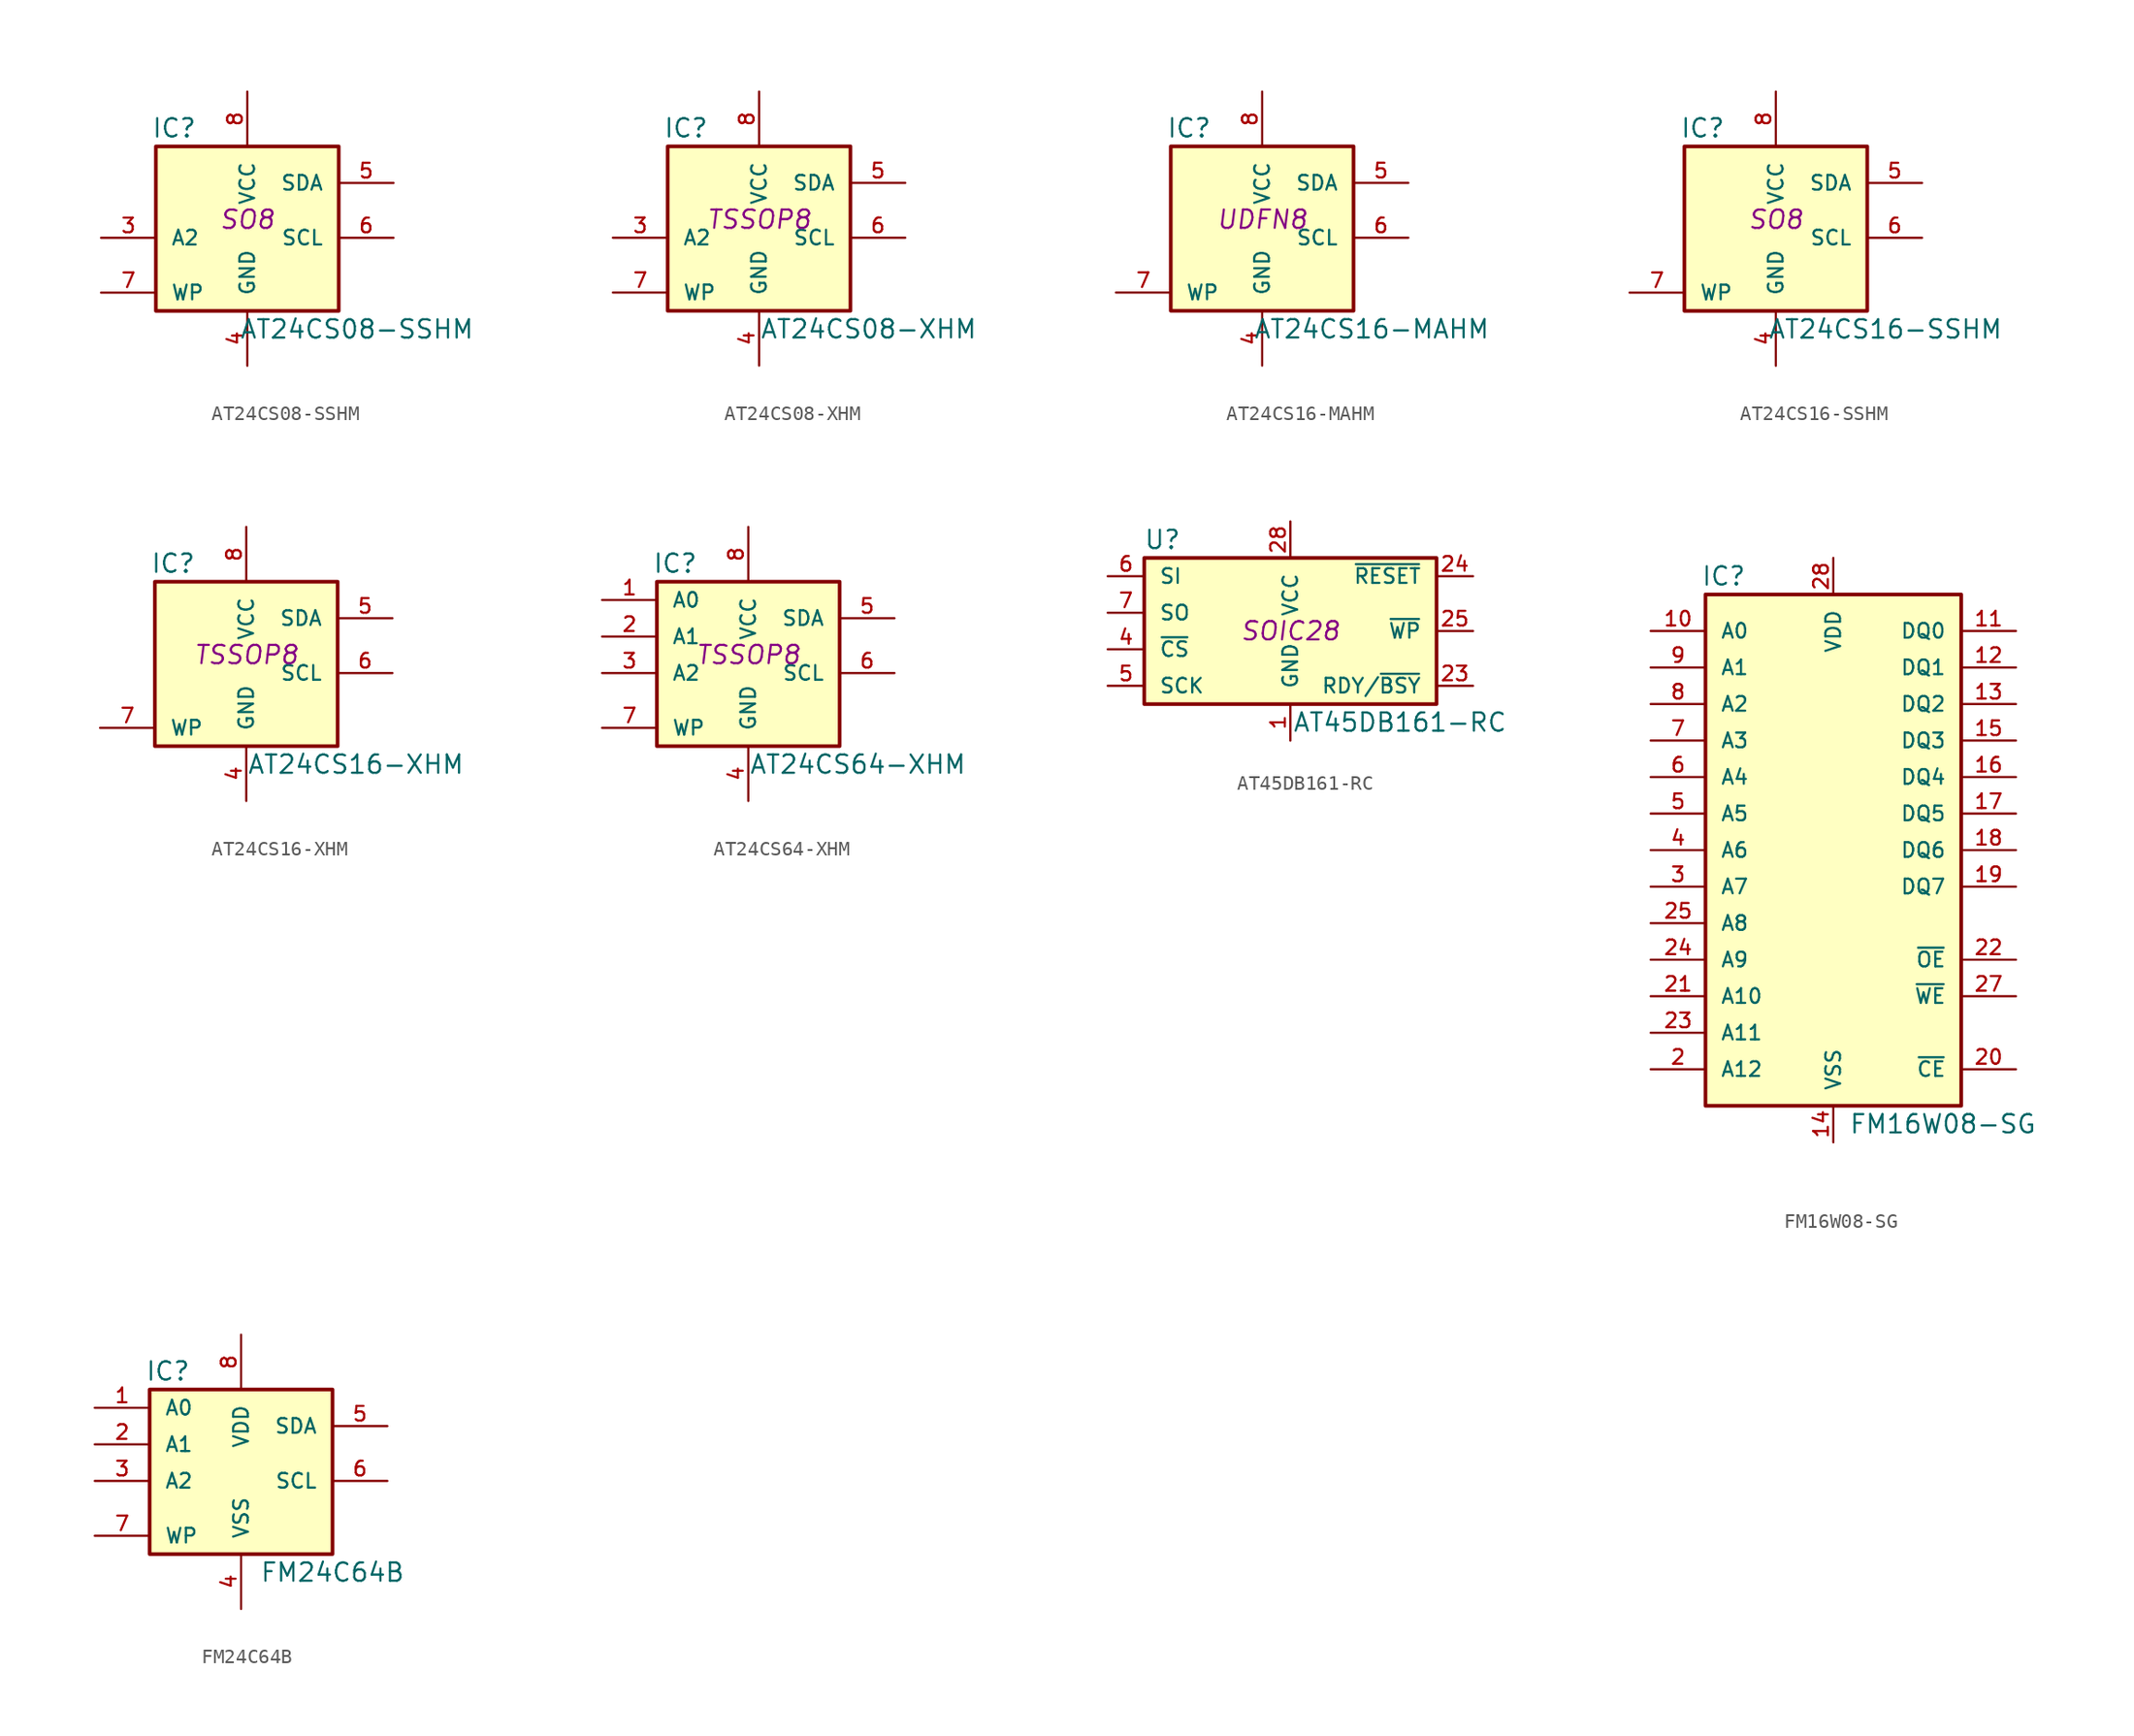
<source format=kicad_sym>
(kicad_symbol_lib
  (version 20231120)
  (generator "kicad_symbol_editor")
  (generator_version "8.0")
  (symbol "AT24CS08-SSHM"
    (pin_names
      (offset 1.016))
    (property "Reference" "IC"
      (at -5.08 6.35 0)
      (effects (font (size 1.27 1.27))))
    (property "Value" "AT24CS08-SSHM"
      (at 7.62 -7.62 0)
      (effects (font (size 1.27 1.27))))
    (property "Footprint" "SO8"
      (at 0 0 0)
      (effects (font (size 1.27 1.27) (italic yes))))
    (property "Datasheet" ""
      (at 0 0 0)
      (effects (font (size 1.27 1.27))))
    (symbol "AT24CS08-SSHM_0_1"
      (rectangle (start -6.35 5.08) (end 6.35 -6.35) (stroke (width 0.254) (type solid)) (fill (type background))))
    (symbol "AT24CS08-SSHM_1_1"
      (pin input line (at -10.16 -1.27 0) (length 3.81) (name "A2" (effects (font (size 1.016 1.016)))) (number "3" (effects (font (size 1.016 1.016)))))
      (pin power_in line (at 0 -10.16 90) (length 3.81) (name "GND" (effects (font (size 1.016 1.016)))) (number "4" (effects (font (size 1.016 1.016)))))
      (pin bidirectional line (at 10.16 2.54 180) (length 3.81) (name "SDA" (effects (font (size 1.016 1.016)))) (number "5" (effects (font (size 1.016 1.016)))))
      (pin input line (at 10.16 -1.27 180) (length 3.81) (name "SCL" (effects (font (size 1.016 1.016)))) (number "6" (effects (font (size 1.016 1.016)))))
      (pin input line (at -10.16 -5.08 0) (length 3.81) (name "WP" (effects (font (size 1.016 1.016)))) (number "7" (effects (font (size 1.016 1.016)))))
      (pin power_in line (at 0 8.89 270) (length 3.81) (name "VCC" (effects (font (size 1.016 1.016)))) (number "8" (effects (font (size 1.016 1.016)))))))
  (symbol "AT24CS08-XHM"
    (pin_names
      (offset 1.016))
    (property "Reference" "IC"
      (at -5.08 6.35 0)
      (effects (font (size 1.27 1.27))))
    (property "Value" "AT24CS08-XHM"
      (at 7.62 -7.62 0)
      (effects (font (size 1.27 1.27))))
    (property "Footprint" "TSSOP8"
      (at 0 0 0)
      (effects (font (size 1.27 1.27) (italic yes))))
    (property "Datasheet" ""
      (at 0 0 0)
      (effects (font (size 1.27 1.27))))
    (symbol "AT24CS08-XHM_0_1"
      (rectangle (start -6.35 5.08) (end 6.35 -6.35) (stroke (width 0.254) (type solid)) (fill (type background))))
    (symbol "AT24CS08-XHM_1_1"
      (pin input line (at -10.16 -1.27 0) (length 3.81) (name "A2" (effects (font (size 1.016 1.016)))) (number "3" (effects (font (size 1.016 1.016)))))
      (pin power_in line (at 0 -10.16 90) (length 3.81) (name "GND" (effects (font (size 1.016 1.016)))) (number "4" (effects (font (size 1.016 1.016)))))
      (pin bidirectional line (at 10.16 2.54 180) (length 3.81) (name "SDA" (effects (font (size 1.016 1.016)))) (number "5" (effects (font (size 1.016 1.016)))))
      (pin input line (at 10.16 -1.27 180) (length 3.81) (name "SCL" (effects (font (size 1.016 1.016)))) (number "6" (effects (font (size 1.016 1.016)))))
      (pin input line (at -10.16 -5.08 0) (length 3.81) (name "WP" (effects (font (size 1.016 1.016)))) (number "7" (effects (font (size 1.016 1.016)))))
      (pin power_in line (at 0 8.89 270) (length 3.81) (name "VCC" (effects (font (size 1.016 1.016)))) (number "8" (effects (font (size 1.016 1.016)))))))
  (symbol "AT24CS16-MAHM"
    (pin_names
      (offset 1.016))
    (property "Reference" "IC"
      (at -5.08 6.35 0)
      (effects (font (size 1.27 1.27))))
    (property "Value" "AT24CS16-MAHM"
      (at 7.62 -7.62 0)
      (effects (font (size 1.27 1.27))))
    (property "Footprint" "UDFN8"
      (at 0 0 0)
      (effects (font (size 1.27 1.27) (italic yes))))
    (property "Datasheet" ""
      (at 0 0 0)
      (effects (font (size 1.27 1.27))))
    (symbol "AT24CS16-MAHM_0_1"
      (rectangle (start -6.35 5.08) (end 6.35 -6.35) (stroke (width 0.254) (type solid)) (fill (type background))))
    (symbol "AT24CS16-MAHM_1_1"
      (pin power_in line (at 0 -10.16 90) (length 3.81) (name "GND" (effects (font (size 1.016 1.016)))) (number "4" (effects (font (size 1.016 1.016)))))
      (pin bidirectional line (at 10.16 2.54 180) (length 3.81) (name "SDA" (effects (font (size 1.016 1.016)))) (number "5" (effects (font (size 1.016 1.016)))))
      (pin input line (at 10.16 -1.27 180) (length 3.81) (name "SCL" (effects (font (size 1.016 1.016)))) (number "6" (effects (font (size 1.016 1.016)))))
      (pin input line (at -10.16 -5.08 0) (length 3.81) (name "WP" (effects (font (size 1.016 1.016)))) (number "7" (effects (font (size 1.016 1.016)))))
      (pin power_in line (at 0 8.89 270) (length 3.81) (name "VCC" (effects (font (size 1.016 1.016)))) (number "8" (effects (font (size 1.016 1.016)))))))
  (symbol "AT24CS16-SSHM"
    (pin_names
      (offset 1.016))
    (property "Reference" "IC"
      (at -5.08 6.35 0)
      (effects (font (size 1.27 1.27))))
    (property "Value" "AT24CS16-SSHM"
      (at 7.62 -7.62 0)
      (effects (font (size 1.27 1.27))))
    (property "Footprint" "SO8"
      (at 0 0 0)
      (effects (font (size 1.27 1.27) (italic yes))))
    (property "Datasheet" ""
      (at 0 0 0)
      (effects (font (size 1.27 1.27))))
    (symbol "AT24CS16-SSHM_0_1"
      (rectangle (start -6.35 5.08) (end 6.35 -6.35) (stroke (width 0.254) (type solid)) (fill (type background))))
    (symbol "AT24CS16-SSHM_1_1"
      (pin power_in line (at 0 -10.16 90) (length 3.81) (name "GND" (effects (font (size 1.016 1.016)))) (number "4" (effects (font (size 1.016 1.016)))))
      (pin bidirectional line (at 10.16 2.54 180) (length 3.81) (name "SDA" (effects (font (size 1.016 1.016)))) (number "5" (effects (font (size 1.016 1.016)))))
      (pin input line (at 10.16 -1.27 180) (length 3.81) (name "SCL" (effects (font (size 1.016 1.016)))) (number "6" (effects (font (size 1.016 1.016)))))
      (pin input line (at -10.16 -5.08 0) (length 3.81) (name "WP" (effects (font (size 1.016 1.016)))) (number "7" (effects (font (size 1.016 1.016)))))
      (pin power_in line (at 0 8.89 270) (length 3.81) (name "VCC" (effects (font (size 1.016 1.016)))) (number "8" (effects (font (size 1.016 1.016)))))))
  (symbol "AT24CS16-XHM"
    (pin_names
      (offset 1.016))
    (property "Reference" "IC"
      (at -5.08 6.35 0)
      (effects (font (size 1.27 1.27))))
    (property "Value" "AT24CS16-XHM"
      (at 7.62 -7.62 0)
      (effects (font (size 1.27 1.27))))
    (property "Footprint" "TSSOP8"
      (at 0 0 0)
      (effects (font (size 1.27 1.27) (italic yes))))
    (property "Datasheet" ""
      (at 0 0 0)
      (effects (font (size 1.27 1.27))))
    (symbol "AT24CS16-XHM_0_1"
      (rectangle (start -6.35 5.08) (end 6.35 -6.35) (stroke (width 0.254) (type solid)) (fill (type background))))
    (symbol "AT24CS16-XHM_1_1"
      (pin power_in line (at 0 -10.16 90) (length 3.81) (name "GND" (effects (font (size 1.016 1.016)))) (number "4" (effects (font (size 1.016 1.016)))))
      (pin bidirectional line (at 10.16 2.54 180) (length 3.81) (name "SDA" (effects (font (size 1.016 1.016)))) (number "5" (effects (font (size 1.016 1.016)))))
      (pin input line (at 10.16 -1.27 180) (length 3.81) (name "SCL" (effects (font (size 1.016 1.016)))) (number "6" (effects (font (size 1.016 1.016)))))
      (pin input line (at -10.16 -5.08 0) (length 3.81) (name "WP" (effects (font (size 1.016 1.016)))) (number "7" (effects (font (size 1.016 1.016)))))
      (pin power_in line (at 0 8.89 270) (length 3.81) (name "VCC" (effects (font (size 1.016 1.016)))) (number "8" (effects (font (size 1.016 1.016)))))))
  (symbol "AT24CS64-XHM"
    (pin_names
      (offset 1.016))
    (property "Reference" "IC"
      (at -5.08 6.35 0)
      (effects (font (size 1.27 1.27))))
    (property "Value" "AT24CS64-XHM"
      (at 7.62 -7.62 0)
      (effects (font (size 1.27 1.27))))
    (property "Footprint" "TSSOP8"
      (at 0 0 0)
      (effects (font (size 1.27 1.27) (italic yes))))
    (property "Datasheet" ""
      (at 0 0 0)
      (effects (font (size 1.27 1.27))))
    (symbol "AT24CS64-XHM_0_1"
      (rectangle (start -6.35 5.08) (end 6.35 -6.35) (stroke (width 0.254) (type solid)) (fill (type background))))
    (symbol "AT24CS64-XHM_1_1"
      (pin input line (at -10.16 3.81 0) (length 3.81) (name "A0" (effects (font (size 1.016 1.016)))) (number "1" (effects (font (size 1.016 1.016)))))
      (pin input line (at -10.16 1.27 0) (length 3.81) (name "A1" (effects (font (size 1.016 1.016)))) (number "2" (effects (font (size 1.016 1.016)))))
      (pin input line (at -10.16 -1.27 0) (length 3.81) (name "A2" (effects (font (size 1.016 1.016)))) (number "3" (effects (font (size 1.016 1.016)))))
      (pin power_in line (at 0 -10.16 90) (length 3.81) (name "GND" (effects (font (size 1.016 1.016)))) (number "4" (effects (font (size 1.016 1.016)))))
      (pin bidirectional line (at 10.16 2.54 180) (length 3.81) (name "SDA" (effects (font (size 1.016 1.016)))) (number "5" (effects (font (size 1.016 1.016)))))
      (pin input line (at 10.16 -1.27 180) (length 3.81) (name "SCL" (effects (font (size 1.016 1.016)))) (number "6" (effects (font (size 1.016 1.016)))))
      (pin input line (at -10.16 -5.08 0) (length 3.81) (name "WP" (effects (font (size 1.016 1.016)))) (number "7" (effects (font (size 1.016 1.016)))))
      (pin power_in line (at 0 8.89 270) (length 3.81) (name "VCC" (effects (font (size 1.016 1.016)))) (number "8" (effects (font (size 1.016 1.016)))))))
  (symbol "AT45DB161-RC"
    (pin_names
      (offset 1.016))
    (property "Reference" "U"
      (at -8.89 6.35 0)
      (effects (font (size 1.27 1.27))))
    (property "Value" "AT45DB161-RC"
      (at 7.62 -6.35 0)
      (effects (font (size 1.27 1.27))))
    (property "Footprint" "SOIC28"
      (at 0 0 0)
      (effects (font (size 1.27 1.27) (italic yes))))
    (property "Datasheet" ""
      (at 0 0 0)
      (effects (font (size 1.27 1.27))))
    (symbol "AT45DB161-RC_0_1"
      (rectangle (start -10.16 5.08) (end 10.16 -5.08) (stroke (width 0.254) (type solid)) (fill (type background))))
    (symbol "AT45DB161-RC_1_1"
      (pin power_in line (at 0 -7.62 90) (length 2.54) (name "GND" (effects (font (size 1.016 1.016)))) (number "1" (effects (font (size 1.016 1.016)))))
      (pin output line (at 12.7 -3.81 180) (length 2.54) (name "RDY/~{BSY}" (effects (font (size 1.016 1.016)))) (number "23" (effects (font (size 1.016 1.016)))))
      (pin input line (at 12.7 3.81 180) (length 2.54) (name "~{RESET}" (effects (font (size 1.016 1.016)))) (number "24" (effects (font (size 1.016 1.016)))))
      (pin input line (at 12.7 0 180) (length 2.54) (name "~{WP}" (effects (font (size 1.016 1.016)))) (number "25" (effects (font (size 1.016 1.016)))))
      (pin power_in line (at 0 7.62 270) (length 2.54) (name "VCC" (effects (font (size 1.016 1.016)))) (number "28" (effects (font (size 1.016 1.016)))))
      (pin input line (at -12.7 -1.27 0) (length 2.54) (name "~{CS}" (effects (font (size 1.016 1.016)))) (number "4" (effects (font (size 1.016 1.016)))))
      (pin input line (at -12.7 -3.81 0) (length 2.54) (name "SCK" (effects (font (size 1.016 1.016)))) (number "5" (effects (font (size 1.016 1.016)))))
      (pin input line (at -12.7 3.81 0) (length 2.54) (name "SI" (effects (font (size 1.016 1.016)))) (number "6" (effects (font (size 1.016 1.016)))))
      (pin output line (at -12.7 1.27 0) (length 2.54) (name "SO" (effects (font (size 1.016 1.016)))) (number "7" (effects (font (size 1.016 1.016)))))))
  (symbol "FM16W08-SG"
    (pin_names
      (offset 1.016))
    (property "Reference" "IC"
      (at -7.62 19.05 0)
      (effects (font (size 1.27 1.27))))
    (property "Value" "FM16W08-SG"
      (at 7.62 -19.05 0)
      (effects (font (size 1.27 1.27))))
    (property "Footprint" ""
      (at 0 0 0)
      (effects (font (size 1.27 1.27))))
    (property "Datasheet" ""
      (at 0 0 0)
      (effects (font (size 1.27 1.27))))
    (symbol "FM16W08-SG_0_1"
      (rectangle (start -8.89 17.78) (end 8.89 -17.78) (stroke (width 0.254) (type solid)) (fill (type background))))
    (symbol "FM16W08-SG_1_1"
      (pin input line (at -12.7 15.24 0) (length 3.81) (name "A0" (effects (font (size 1.016 1.016)))) (number "10" (effects (font (size 1.016 1.016)))))
      (pin bidirectional line (at 12.7 15.24 180) (length 3.81) (name "DQ0" (effects (font (size 1.016 1.016)))) (number "11" (effects (font (size 1.016 1.016)))))
      (pin bidirectional line (at 12.7 12.7 180) (length 3.81) (name "DQ1" (effects (font (size 1.016 1.016)))) (number "12" (effects (font (size 1.016 1.016)))))
      (pin bidirectional line (at 12.7 10.16 180) (length 3.81) (name "DQ2" (effects (font (size 1.016 1.016)))) (number "13" (effects (font (size 1.016 1.016)))))
      (pin power_in line (at 0 -20.32 90) (length 2.54) (name "VSS" (effects (font (size 1.016 1.016)))) (number "14" (effects (font (size 1.016 1.016)))))
      (pin bidirectional line (at 12.7 7.62 180) (length 3.81) (name "DQ3" (effects (font (size 1.016 1.016)))) (number "15" (effects (font (size 1.016 1.016)))))
      (pin bidirectional line (at 12.7 5.08 180) (length 3.81) (name "DQ4" (effects (font (size 1.016 1.016)))) (number "16" (effects (font (size 1.016 1.016)))))
      (pin bidirectional line (at 12.7 2.54 180) (length 3.81) (name "DQ5" (effects (font (size 1.016 1.016)))) (number "17" (effects (font (size 1.016 1.016)))))
      (pin bidirectional line (at 12.7 0 180) (length 3.81) (name "DQ6" (effects (font (size 1.016 1.016)))) (number "18" (effects (font (size 1.016 1.016)))))
      (pin bidirectional line (at 12.7 -2.54 180) (length 3.81) (name "DQ7" (effects (font (size 1.016 1.016)))) (number "19" (effects (font (size 1.016 1.016)))))
      (pin input line (at -12.7 -15.24 0) (length 3.81) (name "A12" (effects (font (size 1.016 1.016)))) (number "2" (effects (font (size 1.016 1.016)))))
      (pin bidirectional line (at 12.7 -15.24 180) (length 3.81) (name "~{CE}" (effects (font (size 1.016 1.016)))) (number "20" (effects (font (size 1.016 1.016)))))
      (pin input line (at -12.7 -10.16 0) (length 3.81) (name "A10" (effects (font (size 1.016 1.016)))) (number "21" (effects (font (size 1.016 1.016)))))
      (pin input line (at 12.7 -7.62 180) (length 3.81) (name "~{OE}" (effects (font (size 1.016 1.016)))) (number "22" (effects (font (size 1.016 1.016)))))
      (pin input line (at -12.7 -12.7 0) (length 3.81) (name "A11" (effects (font (size 1.016 1.016)))) (number "23" (effects (font (size 1.016 1.016)))))
      (pin input line (at -12.7 -7.62 0) (length 3.81) (name "A9" (effects (font (size 1.016 1.016)))) (number "24" (effects (font (size 1.016 1.016)))))
      (pin input line (at -12.7 -5.08 0) (length 3.81) (name "A8" (effects (font (size 1.016 1.016)))) (number "25" (effects (font (size 1.016 1.016)))))
      (pin input line (at 12.7 -10.16 180) (length 3.81) (name "~{WE}" (effects (font (size 1.016 1.016)))) (number "27" (effects (font (size 1.016 1.016)))))
      (pin power_in line (at 0 20.32 270) (length 2.54) (name "VDD" (effects (font (size 1.016 1.016)))) (number "28" (effects (font (size 1.016 1.016)))))
      (pin input line (at -12.7 -2.54 0) (length 3.81) (name "A7" (effects (font (size 1.016 1.016)))) (number "3" (effects (font (size 1.016 1.016)))))
      (pin input line (at -12.7 0 0) (length 3.81) (name "A6" (effects (font (size 1.016 1.016)))) (number "4" (effects (font (size 1.016 1.016)))))
      (pin input line (at -12.7 2.54 0) (length 3.81) (name "A5" (effects (font (size 1.016 1.016)))) (number "5" (effects (font (size 1.016 1.016)))))
      (pin input line (at -12.7 5.08 0) (length 3.81) (name "A4" (effects (font (size 1.016 1.016)))) (number "6" (effects (font (size 1.016 1.016)))))
      (pin input line (at -12.7 7.62 0) (length 3.81) (name "A3" (effects (font (size 1.016 1.016)))) (number "7" (effects (font (size 1.016 1.016)))))
      (pin input line (at -12.7 10.16 0) (length 3.81) (name "A2" (effects (font (size 1.016 1.016)))) (number "8" (effects (font (size 1.016 1.016)))))
      (pin input line (at -12.7 12.7 0) (length 3.81) (name "A1" (effects (font (size 1.016 1.016)))) (number "9" (effects (font (size 1.016 1.016)))))))
  (symbol "FM24C64B"
    (pin_names
      (offset 1.016))
    (property "Reference" "IC"
      (at -5.08 6.35 0)
      (effects (font (size 1.27 1.27))))
    (property "Value" "FM24C64B"
      (at 6.35 -7.62 0)
      (effects (font (size 1.27 1.27))))
    (property "Footprint" ""
      (at 0 0 0)
      (effects (font (size 1.27 1.27))))
    (property "Datasheet" ""
      (at 0 0 0)
      (effects (font (size 1.27 1.27))))
    (symbol "FM24C64B_0_1"
      (rectangle (start -6.35 5.08) (end 6.35 -6.35) (stroke (width 0.254) (type solid)) (fill (type background))))
    (symbol "FM24C64B_1_1"
      (pin input line (at -10.16 3.81 0) (length 3.81) (name "A0" (effects (font (size 1.016 1.016)))) (number "1" (effects (font (size 1.016 1.016)))))
      (pin input line (at -10.16 1.27 0) (length 3.81) (name "A1" (effects (font (size 1.016 1.016)))) (number "2" (effects (font (size 1.016 1.016)))))
      (pin input line (at -10.16 -1.27 0) (length 3.81) (name "A2" (effects (font (size 1.016 1.016)))) (number "3" (effects (font (size 1.016 1.016)))))
      (pin power_in line (at 0 -10.16 90) (length 3.81) (name "VSS" (effects (font (size 1.016 1.016)))) (number "4" (effects (font (size 1.016 1.016)))))
      (pin bidirectional line (at 10.16 2.54 180) (length 3.81) (name "SDA" (effects (font (size 1.016 1.016)))) (number "5" (effects (font (size 1.016 1.016)))))
      (pin input line (at 10.16 -1.27 180) (length 3.81) (name "SCL" (effects (font (size 1.016 1.016)))) (number "6" (effects (font (size 1.016 1.016)))))
      (pin input line (at -10.16 -5.08 0) (length 3.81) (name "WP" (effects (font (size 1.016 1.016)))) (number "7" (effects (font (size 1.016 1.016)))))
      (pin power_in line (at 0 8.89 270) (length 3.81) (name "VDD" (effects (font (size 1.016 1.016)))) (number "8" (effects (font (size 1.016 1.016))))))))
</source>
